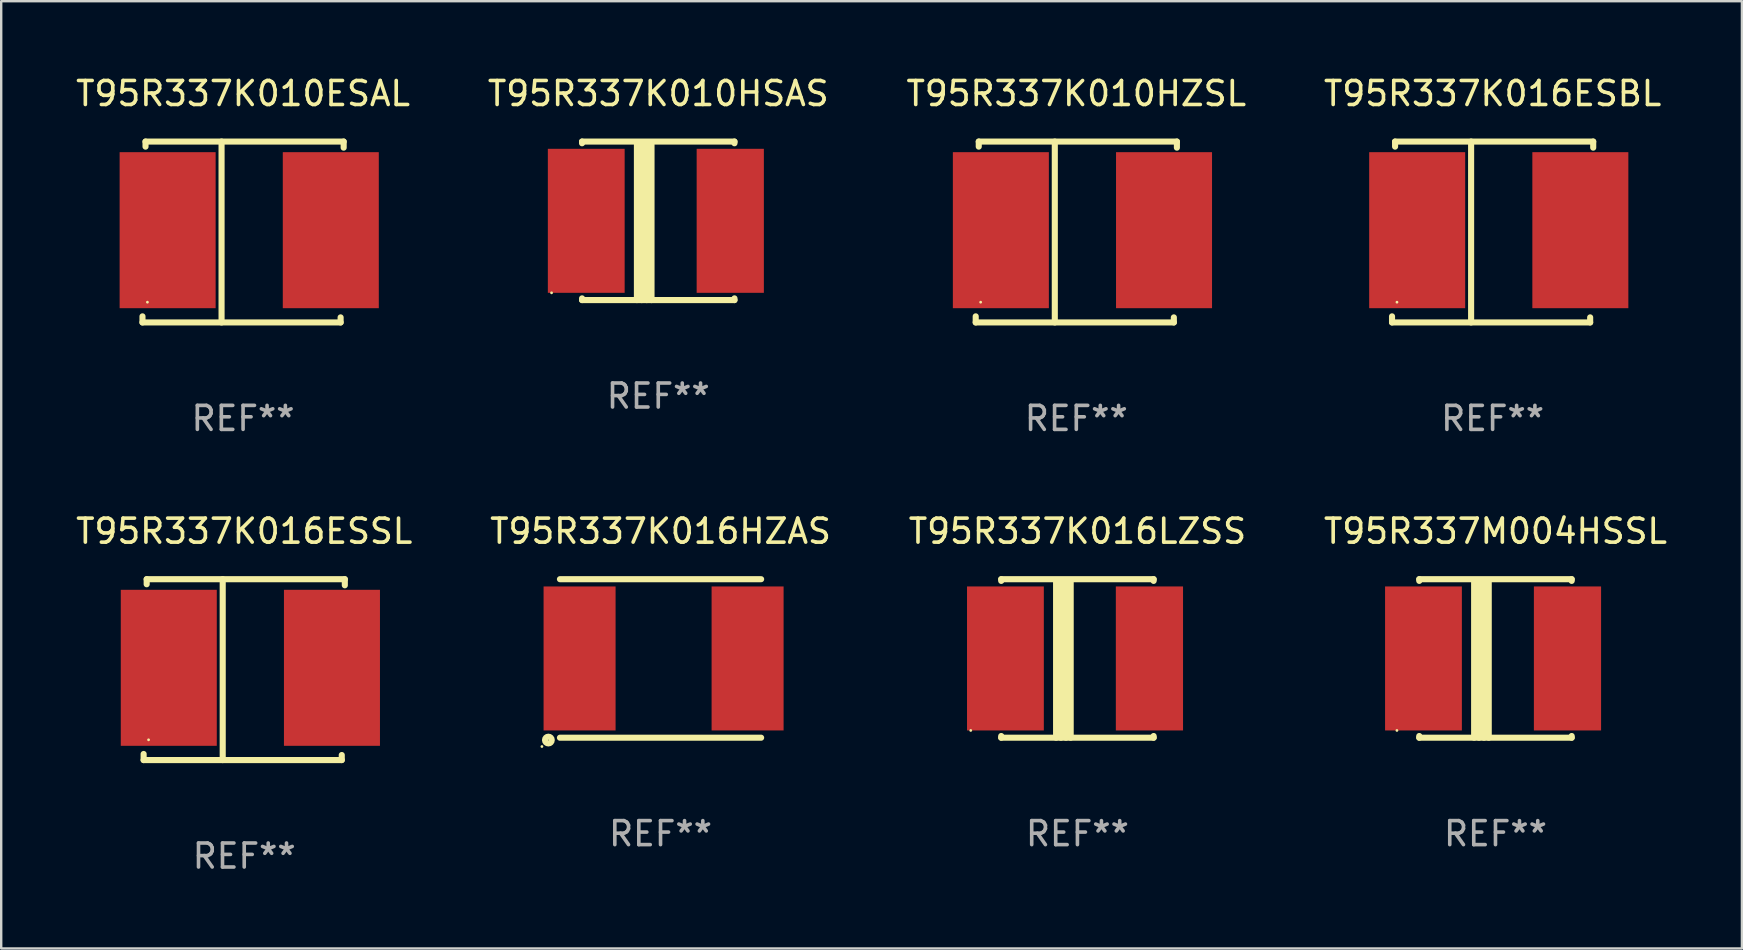
<source format=kicad_pcb>
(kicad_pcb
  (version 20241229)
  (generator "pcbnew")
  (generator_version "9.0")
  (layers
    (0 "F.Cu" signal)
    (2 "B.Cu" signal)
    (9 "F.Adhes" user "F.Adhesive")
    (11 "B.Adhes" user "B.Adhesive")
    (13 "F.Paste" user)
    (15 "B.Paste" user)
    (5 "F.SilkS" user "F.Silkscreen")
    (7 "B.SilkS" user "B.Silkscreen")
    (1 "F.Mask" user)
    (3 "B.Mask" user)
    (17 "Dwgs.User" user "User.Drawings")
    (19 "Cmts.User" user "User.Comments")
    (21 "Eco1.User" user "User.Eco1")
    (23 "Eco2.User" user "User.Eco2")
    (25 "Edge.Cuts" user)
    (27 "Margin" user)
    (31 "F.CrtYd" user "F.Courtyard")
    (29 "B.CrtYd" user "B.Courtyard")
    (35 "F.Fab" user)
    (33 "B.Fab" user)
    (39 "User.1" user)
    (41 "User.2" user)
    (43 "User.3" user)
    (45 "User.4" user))
  (footprint "T95R337K016ESSL"
    (layer "F.Cu")
    (at 7.125 24.849)
    (property "Reference" "T95R337K016ESSL" (at 0 -5.768 0) (layer "F.SilkS") (effects (font (size 1 1) (thickness 0.15))))
    (attr through_hole)
    (fp_line (start -4.191 3.768) (end -4.191 3.514) (stroke (width 0.254) (type solid)) (layer "F.SilkS"))
    (fp_line (start -4.064 -3.768) (end 4.191 -3.768) (stroke (width 0.254) (type solid)) (layer "F.SilkS"))
    (fp_line (start -4.064 -3.557) (end -4.064 -3.768) (stroke (width 0.254) (type solid)) (layer "F.SilkS"))
    (fp_line (start -0.896 -3.768) (end -0.896 3.768) (stroke (width 0.254) (type solid)) (layer "F.SilkS"))
    (fp_line (start 4.064 3.557) (end 4.064 3.768) (stroke (width 0.254) (type solid)) (layer "F.SilkS"))
    (fp_line (start 4.064 3.768) (end -4.191 3.768) (stroke (width 0.254) (type solid)) (layer "F.SilkS"))
    (fp_line (start 4.191 -3.768) (end 4.191 -3.514) (stroke (width 0.254) (type solid)) (layer "F.SilkS"))
    (fp_circle (center -3.985 2.924) (end -3.955 2.924) (stroke (width 0.06) (type solid)) (fill no) (layer "F.SilkS"))
    (fp_text user "REF**" (at 0 7.768 0) (layer "F.Fab") (effects (font (size 1 1) (thickness 0.15))))
    (pad "1" smd rect (at -3.143 -0.076 270) (size 6.5 4) (layers "F.Cu" "F.Mask" "F.Paste"))
    (pad "2" smd rect (at 3.655 -0.076 270) (size 6.5 4) (layers "F.Cu" "F.Mask" "F.Paste")))
  (footprint "T95R337K010ESAL"
    (layer "F.Cu")
    (at 7.077 6.616)
    (property "Reference" "T95R337K010ESAL" (at 0 -5.768 0) (layer "F.SilkS") (effects (font (size 1 1) (thickness 0.15))))
    (attr through_hole)
    (fp_line (start -4.191 3.768) (end -4.191 3.514) (stroke (width 0.254) (type solid)) (layer "F.SilkS"))
    (fp_line (start -4.064 -3.768) (end 4.191 -3.768) (stroke (width 0.254) (type solid)) (layer "F.SilkS"))
    (fp_line (start -4.064 -3.557) (end -4.064 -3.768) (stroke (width 0.254) (type solid)) (layer "F.SilkS"))
    (fp_line (start -0.896 -3.768) (end -0.896 3.768) (stroke (width 0.254) (type solid)) (layer "F.SilkS"))
    (fp_line (start 4.064 3.557) (end 4.064 3.768) (stroke (width 0.254) (type solid)) (layer "F.SilkS"))
    (fp_line (start 4.064 3.768) (end -4.191 3.768) (stroke (width 0.254) (type solid)) (layer "F.SilkS"))
    (fp_line (start 4.191 -3.768) (end 4.191 -3.514) (stroke (width 0.254) (type solid)) (layer "F.SilkS"))
    (fp_circle (center -3.985 2.924) (end -3.955 2.924) (stroke (width 0.06) (type solid)) (fill no) (layer "F.SilkS"))
    (fp_text user "REF**" (at 0 7.768 0) (layer "F.Fab") (effects (font (size 1 1) (thickness 0.15))))
    (pad "1" smd rect (at -3.143 -0.076 270) (size 6.5 4) (layers "F.Cu" "F.Mask" "F.Paste"))
    (pad "2" smd rect (at 3.655 -0.076 270) (size 6.5 4) (layers "F.Cu" "F.Mask" "F.Paste")))
  (footprint "T95R337K010HZSL"
    (layer "F.Cu")
    (at 41.792 6.616)
    (property "Reference" "T95R337K010HZSL" (at 0 -5.768 0) (layer "F.SilkS") (effects (font (size 1 1) (thickness 0.15))))
    (attr through_hole)
    (fp_line (start -4.191 3.768) (end -4.191 3.514) (stroke (width 0.254) (type solid)) (layer "F.SilkS"))
    (fp_line (start -4.064 -3.768) (end 4.191 -3.768) (stroke (width 0.254) (type solid)) (layer "F.SilkS"))
    (fp_line (start -4.064 -3.557) (end -4.064 -3.768) (stroke (width 0.254) (type solid)) (layer "F.SilkS"))
    (fp_line (start -0.896 -3.768) (end -0.896 3.768) (stroke (width 0.254) (type solid)) (layer "F.SilkS"))
    (fp_line (start 4.064 3.557) (end 4.064 3.768) (stroke (width 0.254) (type solid)) (layer "F.SilkS"))
    (fp_line (start 4.064 3.768) (end -4.191 3.768) (stroke (width 0.254) (type solid)) (layer "F.SilkS"))
    (fp_line (start 4.191 -3.768) (end 4.191 -3.514) (stroke (width 0.254) (type solid)) (layer "F.SilkS"))
    (fp_circle (center -3.985 2.924) (end -3.955 2.924) (stroke (width 0.06) (type solid)) (fill no) (layer "F.SilkS"))
    (fp_text user "REF**" (at 0 7.768 0) (layer "F.Fab") (effects (font (size 1 1) (thickness 0.15))))
    (pad "1" smd rect (at -3.143 -0.076 270) (size 6.5 4) (layers "F.Cu" "F.Mask" "F.Paste"))
    (pad "2" smd rect (at 3.655 -0.076 270) (size 6.5 4) (layers "F.Cu" "F.Mask" "F.Paste")))
  (footprint "T95R337K016LZSS"
    (layer "F.Cu")
    (at 41.839 24.383)
    (property "Reference" "T95R337K016LZSS" (at 0 -5.302 0) (layer "F.SilkS") (effects (font (size 1 1) (thickness 0.15))))
    (attr through_hole)
    (fp_line (start -3.175 -3.231) (end -3.175 -3.302) (stroke (width 0.254) (type solid)) (layer "F.SilkS"))
    (fp_line (start -3.175 3.302) (end -3.175 3.231) (stroke (width 0.254) (type solid)) (layer "F.SilkS"))
    (fp_line (start -3.175 3.302) (end 3.175 3.302) (stroke (width 0.254) (type solid)) (layer "F.SilkS"))
    (fp_line (start -0.889 -3.175) (end -0.889 3.302) (stroke (width 0.254) (type solid)) (layer "F.SilkS"))
    (fp_line (start -0.688 -3.175) (end -0.688 3.302) (stroke (width 0.254) (type solid)) (layer "F.SilkS"))
    (fp_line (start -0.478 -3.175) (end -0.478 3.302) (stroke (width 0.254) (type solid)) (layer "F.SilkS"))
    (fp_line (start -0.281 -3.175) (end -0.281 3.302) (stroke (width 0.254) (type solid)) (layer "F.SilkS"))
    (fp_line (start 3.175 -3.302) (end -3.175 -3.302) (stroke (width 0.254) (type solid)) (layer "F.SilkS"))
    (fp_line (start 3.175 -3.302) (end 3.175 -3.231) (stroke (width 0.254) (type solid)) (layer "F.SilkS"))
    (fp_line (start 3.175 3.231) (end 3.175 3.302) (stroke (width 0.254) (type solid)) (layer "F.SilkS"))
    (fp_circle (center -4.445 3) (end -4.415 3) (stroke (width 0.06) (type solid)) (fill no) (layer "F.SilkS"))
    (fp_text user "REF**" (at 0 7.302 0) (layer "F.Fab") (effects (font (size 1 1) (thickness 0.15))))
    (pad "1" smd rect (at -3 0) (size 3.2 6) (layers "F.Cu" "F.Mask" "F.Paste"))
    (pad "2" smd rect (at 3 0) (size 2.8 6) (layers "F.Cu" "F.Mask" "F.Paste")))
  (footprint "T95R337K016HZAS"
    (layer "F.Cu")
    (at 24.47 24.383)
    (property "Reference" "T95R337K016HZAS" (at 0 -5.302 0) (layer "F.SilkS") (effects (font (size 1 1) (thickness 0.15))))
    (attr through_hole)
    (fp_line (start -4.191 -3.302) (end 4.191 -3.302) (stroke (width 0.254) (type solid)) (layer "F.SilkS"))
    (fp_line (start -4.191 3.302) (end 4.191 3.302) (stroke (width 0.254) (type solid)) (layer "F.SilkS"))
    (fp_circle (center -4.942 3.669) (end -4.912 3.669) (stroke (width 0.06) (type solid)) (fill no) (layer "F.SilkS"))
    (fp_circle (center -4.673 3.4) (end -4.532 3.4) (stroke (width 0.254) (type solid)) (fill no) (layer "F.SilkS"))
    (fp_text user "REF**" (at 0 7.302 0) (layer "F.Fab") (effects (font (size 1 1) (thickness 0.15))))
    (pad "1" smd rect (at -3.373 0) (size 3 5.999) (layers "F.Cu" "F.Mask" "F.Paste"))
    (pad "2" smd rect (at 3.627 0) (size 3 5.999) (layers "F.Cu" "F.Mask" "F.Paste")))
  (footprint "T95R337K010HSAS"
    (layer "F.Cu")
    (at 24.375 6.15)
    (property "Reference" "T95R337K010HSAS" (at 0 -5.302 0) (layer "F.SilkS") (effects (font (size 1 1) (thickness 0.15))))
    (attr through_hole)
    (fp_line (start -3.175 -3.231) (end -3.175 -3.302) (stroke (width 0.254) (type solid)) (layer "F.SilkS"))
    (fp_line (start -3.175 3.302) (end -3.175 3.231) (stroke (width 0.254) (type solid)) (layer "F.SilkS"))
    (fp_line (start -3.175 3.302) (end 3.175 3.302) (stroke (width 0.254) (type solid)) (layer "F.SilkS"))
    (fp_line (start -0.889 -3.175) (end -0.889 3.302) (stroke (width 0.254) (type solid)) (layer "F.SilkS"))
    (fp_line (start -0.688 -3.175) (end -0.688 3.302) (stroke (width 0.254) (type solid)) (layer "F.SilkS"))
    (fp_line (start -0.478 -3.175) (end -0.478 3.302) (stroke (width 0.254) (type solid)) (layer "F.SilkS"))
    (fp_line (start -0.281 -3.175) (end -0.281 3.302) (stroke (width 0.254) (type solid)) (layer "F.SilkS"))
    (fp_line (start 3.175 -3.302) (end -3.175 -3.302) (stroke (width 0.254) (type solid)) (layer "F.SilkS"))
    (fp_line (start 3.175 -3.302) (end 3.175 -3.231) (stroke (width 0.254) (type solid)) (layer "F.SilkS"))
    (fp_line (start 3.175 3.231) (end 3.175 3.302) (stroke (width 0.254) (type solid)) (layer "F.SilkS"))
    (fp_circle (center -4.445 3) (end -4.415 3) (stroke (width 0.06) (type solid)) (fill no) (layer "F.SilkS"))
    (fp_text user "REF**" (at 0 7.302 0) (layer "F.Fab") (effects (font (size 1 1) (thickness 0.15))))
    (pad "1" smd rect (at -3 0) (size 3.2 6) (layers "F.Cu" "F.Mask" "F.Paste"))
    (pad "2" smd rect (at 3 0) (size 2.8 6) (layers "F.Cu" "F.Mask" "F.Paste")))
  (footprint "T95R337K016ESBL"
    (layer "F.Cu")
    (at 59.137 6.616)
    (property "Reference" "T95R337K016ESBL" (at 0 -5.768 0) (layer "F.SilkS") (effects (font (size 1 1) (thickness 0.15))))
    (attr through_hole)
    (fp_line (start -4.191 3.768) (end -4.191 3.514) (stroke (width 0.254) (type solid)) (layer "F.SilkS"))
    (fp_line (start -4.064 -3.768) (end 4.191 -3.768) (stroke (width 0.254) (type solid)) (layer "F.SilkS"))
    (fp_line (start -4.064 -3.557) (end -4.064 -3.768) (stroke (width 0.254) (type solid)) (layer "F.SilkS"))
    (fp_line (start -0.896 -3.768) (end -0.896 3.768) (stroke (width 0.254) (type solid)) (layer "F.SilkS"))
    (fp_line (start 4.064 3.557) (end 4.064 3.768) (stroke (width 0.254) (type solid)) (layer "F.SilkS"))
    (fp_line (start 4.064 3.768) (end -4.191 3.768) (stroke (width 0.254) (type solid)) (layer "F.SilkS"))
    (fp_line (start 4.191 -3.768) (end 4.191 -3.514) (stroke (width 0.254) (type solid)) (layer "F.SilkS"))
    (fp_circle (center -3.985 2.924) (end -3.955 2.924) (stroke (width 0.06) (type solid)) (fill no) (layer "F.SilkS"))
    (fp_text user "REF**" (at 0 7.768 0) (layer "F.Fab") (effects (font (size 1 1) (thickness 0.15))))
    (pad "1" smd rect (at -3.143 -0.076 270) (size 6.5 4) (layers "F.Cu" "F.Mask" "F.Paste"))
    (pad "2" smd rect (at 3.655 -0.076 270) (size 6.5 4) (layers "F.Cu" "F.Mask" "F.Paste")))
  (footprint "T95R337M004HSSL"
    (layer "F.Cu")
    (at 59.256 24.383)
    (property "Reference" "T95R337M004HSSL" (at 0 -5.302 0) (layer "F.SilkS") (effects (font (size 1 1) (thickness 0.15))))
    (attr through_hole)
    (fp_line (start -3.175 -3.231) (end -3.175 -3.302) (stroke (width 0.254) (type solid)) (layer "F.SilkS"))
    (fp_line (start -3.175 3.302) (end -3.175 3.231) (stroke (width 0.254) (type solid)) (layer "F.SilkS"))
    (fp_line (start -3.175 3.302) (end 3.175 3.302) (stroke (width 0.254) (type solid)) (layer "F.SilkS"))
    (fp_line (start -0.889 -3.175) (end -0.889 3.302) (stroke (width 0.254) (type solid)) (layer "F.SilkS"))
    (fp_line (start -0.688 -3.175) (end -0.688 3.302) (stroke (width 0.254) (type solid)) (layer "F.SilkS"))
    (fp_line (start -0.478 -3.175) (end -0.478 3.302) (stroke (width 0.254) (type solid)) (layer "F.SilkS"))
    (fp_line (start -0.281 -3.175) (end -0.281 3.302) (stroke (width 0.254) (type solid)) (layer "F.SilkS"))
    (fp_line (start 3.175 -3.302) (end -3.175 -3.302) (stroke (width 0.254) (type solid)) (layer "F.SilkS"))
    (fp_line (start 3.175 -3.302) (end 3.175 -3.231) (stroke (width 0.254) (type solid)) (layer "F.SilkS"))
    (fp_line (start 3.175 3.231) (end 3.175 3.302) (stroke (width 0.254) (type solid)) (layer "F.SilkS"))
    (fp_circle (center -4.106 3) (end -4.076 3) (stroke (width 0.06) (type solid)) (fill no) (layer "F.SilkS"))
    (fp_text user "REF**" (at 0 7.302 0) (layer "F.Fab") (effects (font (size 1 1) (thickness 0.15))))
    (pad "1" smd rect (at -3 -0.000025) (size 3.2 6) (layers "F.Cu" "F.Mask" "F.Paste"))
    (pad "2" smd rect (at 3 -0.000025) (size 2.8 6) (layers "F.Cu" "F.Mask" "F.Paste")))
  (gr_rect
    (start -3 -3)
    (end 69.524 36.465)
    (stroke (width 0.1) (type default))
    (fill no)
    (layer "Edge.Cuts")))
</source>
